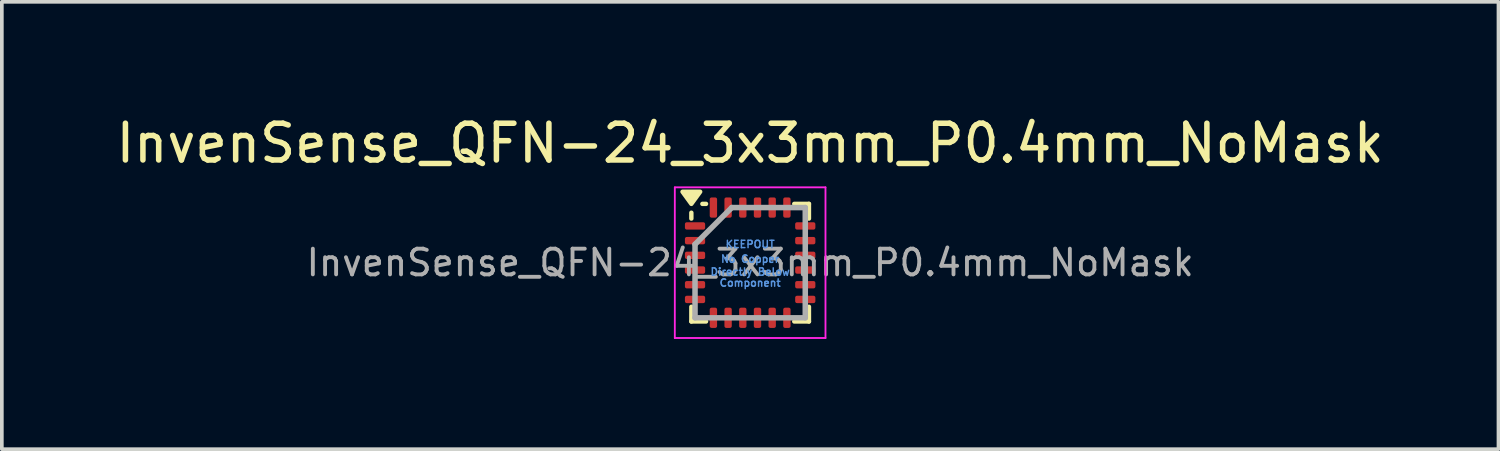
<source format=kicad_pcb>
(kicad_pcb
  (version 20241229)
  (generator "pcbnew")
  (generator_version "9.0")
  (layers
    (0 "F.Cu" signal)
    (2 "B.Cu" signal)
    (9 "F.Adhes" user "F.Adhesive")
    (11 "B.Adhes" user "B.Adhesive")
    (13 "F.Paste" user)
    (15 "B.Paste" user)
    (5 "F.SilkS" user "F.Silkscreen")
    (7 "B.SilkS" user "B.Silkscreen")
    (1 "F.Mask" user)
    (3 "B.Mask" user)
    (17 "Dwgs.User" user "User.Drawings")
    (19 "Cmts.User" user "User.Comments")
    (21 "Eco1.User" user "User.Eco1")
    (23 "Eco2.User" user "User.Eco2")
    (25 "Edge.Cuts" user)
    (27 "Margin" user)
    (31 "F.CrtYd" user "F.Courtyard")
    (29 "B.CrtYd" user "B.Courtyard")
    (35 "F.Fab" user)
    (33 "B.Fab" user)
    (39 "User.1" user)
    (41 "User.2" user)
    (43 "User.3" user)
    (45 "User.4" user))
  (footprint "InvenSense_QFN-24_3x3mm_P0.4mm_NoMask"
    (layer "F.Cu")
    (at 17.363 4.098)
    (property "Reference" "InvenSense_QFN-24_3x3mm_P0.4mm_NoMask" (at 0 -3.25 0) (layer "F.SilkS") (effects (font (size 1 1) (thickness 0.15))))
    (attr smd)
    (fp_line (start -1.6 -1.2) (end -1.6 -1.36) (stroke (width 0.12) (type solid)) (layer "F.SilkS"))
    (fp_line (start -1.6 1.6) (end -1.6 1.2) (stroke (width 0.12) (type solid)) (layer "F.SilkS"))
    (fp_line (start -1.6 1.6) (end -1.2 1.6) (stroke (width 0.12) (type solid)) (layer "F.SilkS"))
    (fp_line (start -1.2 -1.6) (end -1.3 -1.6) (stroke (width 0.12) (type solid)) (layer "F.SilkS"))
    (fp_line (start 1.6 -1.6) (end 1.2 -1.6) (stroke (width 0.12) (type solid)) (layer "F.SilkS"))
    (fp_line (start 1.6 -1.6) (end 1.6 -1.2) (stroke (width 0.12) (type solid)) (layer "F.SilkS"))
    (fp_line (start 1.6 1.6) (end 1.2 1.6) (stroke (width 0.12) (type solid)) (layer "F.SilkS"))
    (fp_line (start 1.6 1.6) (end 1.6 1.2) (stroke (width 0.12) (type solid)) (layer "F.SilkS"))
    (fp_poly (pts (xy -1.6 -1.6) (xy -1.84 -1.93) (xy -1.36 -1.93) (xy -1.6 -1.6)) (stroke (width 0.12) (type solid)) (fill yes) (layer "F.SilkS"))
    (fp_line (start -2.05 -2.05) (end 2.05 -2.05) (stroke (width 0.05) (type solid)) (layer "F.CrtYd"))
    (fp_line (start -2.05 2.05) (end -2.05 -2.05) (stroke (width 0.05) (type solid)) (layer "F.CrtYd"))
    (fp_line (start 2.05 -2.05) (end 2.05 2.05) (stroke (width 0.05) (type solid)) (layer "F.CrtYd"))
    (fp_line (start 2.05 2.05) (end -2.05 2.05) (stroke (width 0.05) (type solid)) (layer "F.CrtYd"))
    (fp_line (start -1.5 -0.5) (end -0.5 -1.5) (stroke (width 0.15) (type solid)) (layer "F.Fab"))
    (fp_line (start -1.5 1.5) (end -1.5 -0.5) (stroke (width 0.15) (type solid)) (layer "F.Fab"))
    (fp_line (start -0.5 -1.5) (end 1.5 -1.5) (stroke (width 0.15) (type solid)) (layer "F.Fab"))
    (fp_line (start 1.5 -1.5) (end 1.5 1.5) (stroke (width 0.15) (type solid)) (layer "F.Fab"))
    (fp_line (start 1.5 1.5) (end -1.5 1.5) (stroke (width 0.15) (type solid)) (layer "F.Fab"))
    (fp_text user "Directly Below" (at 0 0.25 0) (layer "Cmts.User") (effects (font (size 0.2 0.2) (thickness 0.04))))
    (fp_text user "Component" (at 0 0.55 0) (layer "Cmts.User") (effects (font (size 0.2 0.2) (thickness 0.04))))
    (fp_text user "No Copper" (at 0 -0.1 0) (layer "Cmts.User") (effects (font (size 0.2 0.2) (thickness 0.04))))
    (fp_text user "KEEPOUT" (at 0 -0.5 0) (layer "Cmts.User") (effects (font (size 0.2 0.2) (thickness 0.04))))
    (fp_text user "${REFERENCE}" (at 0 0 0) (layer "F.Fab") (effects (font (size 0.7 0.7) (thickness 0.105))))
    (pad "" smd roundrect (at 0 0) (size 1.75 1.59) (layers "F.Mask") (roundrect_rratio 0.15))
    (pad "1" smd roundrect (at -1.5 -1) (size 0.55 0.2) (layers "F.Cu" "F.Mask" "F.Paste") (roundrect_rratio 0.25))
    (pad "2" smd roundrect (at -1.5 -0.6) (size 0.55 0.2) (layers "F.Cu" "F.Mask" "F.Paste") (roundrect_rratio 0.25))
    (pad "3" smd roundrect (at -1.5 -0.2) (size 0.55 0.2) (layers "F.Cu" "F.Mask" "F.Paste") (roundrect_rratio 0.25))
    (pad "4" smd roundrect (at -1.5 0.2) (size 0.55 0.2) (layers "F.Cu" "F.Mask" "F.Paste") (roundrect_rratio 0.25))
    (pad "5" smd roundrect (at -1.5 0.6) (size 0.55 0.2) (layers "F.Cu" "F.Mask" "F.Paste") (roundrect_rratio 0.25))
    (pad "6" smd roundrect (at -1.5 1) (size 0.55 0.2) (layers "F.Cu" "F.Mask" "F.Paste") (roundrect_rratio 0.25))
    (pad "7" smd roundrect (at -1 1.5 90) (size 0.55 0.2) (layers "F.Cu" "F.Mask" "F.Paste") (roundrect_rratio 0.25))
    (pad "8" smd roundrect (at -0.6 1.5 90) (size 0.55 0.2) (layers "F.Cu" "F.Mask" "F.Paste") (roundrect_rratio 0.25))
    (pad "9" smd roundrect (at -0.2 1.5 90) (size 0.55 0.2) (layers "F.Cu" "F.Mask" "F.Paste") (roundrect_rratio 0.25))
    (pad "10" smd roundrect (at 0.2 1.5 90) (size 0.55 0.2) (layers "F.Cu" "F.Mask" "F.Paste") (roundrect_rratio 0.25))
    (pad "11" smd roundrect (at 0.6 1.5 90) (size 0.55 0.2) (layers "F.Cu" "F.Mask" "F.Paste") (roundrect_rratio 0.25))
    (pad "12" smd roundrect (at 1 1.5 90) (size 0.55 0.2) (layers "F.Cu" "F.Mask" "F.Paste") (roundrect_rratio 0.25))
    (pad "13" smd roundrect (at 1.5 1) (size 0.55 0.2) (layers "F.Cu" "F.Mask" "F.Paste") (roundrect_rratio 0.25))
    (pad "14" smd roundrect (at 1.5 0.6) (size 0.55 0.2) (layers "F.Cu" "F.Mask" "F.Paste") (roundrect_rratio 0.25))
    (pad "15" smd roundrect (at 1.5 0.2) (size 0.55 0.2) (layers "F.Cu" "F.Mask" "F.Paste") (roundrect_rratio 0.25))
    (pad "16" smd roundrect (at 1.5 -0.2) (size 0.55 0.2) (layers "F.Cu" "F.Mask" "F.Paste") (roundrect_rratio 0.25))
    (pad "17" smd roundrect (at 1.5 -0.6) (size 0.55 0.2) (layers "F.Cu" "F.Mask" "F.Paste") (roundrect_rratio 0.25))
    (pad "18" smd roundrect (at 1.5 -1) (size 0.55 0.2) (layers "F.Cu" "F.Mask" "F.Paste") (roundrect_rratio 0.25))
    (pad "19" smd roundrect (at 1 -1.5 90) (size 0.55 0.2) (layers "F.Cu" "F.Mask" "F.Paste") (roundrect_rratio 0.25))
    (pad "20" smd roundrect (at 0.6 -1.5 90) (size 0.55 0.2) (layers "F.Cu" "F.Mask" "F.Paste") (roundrect_rratio 0.25))
    (pad "21" smd roundrect (at 0.2 -1.5 90) (size 0.55 0.2) (layers "F.Cu" "F.Mask" "F.Paste") (roundrect_rratio 0.25))
    (pad "22" smd roundrect (at -0.2 -1.5 90) (size 0.55 0.2) (layers "F.Cu" "F.Mask" "F.Paste") (roundrect_rratio 0.25))
    (pad "23" smd roundrect (at -0.6 -1.5 90) (size 0.55 0.2) (layers "F.Cu" "F.Mask" "F.Paste") (roundrect_rratio 0.25))
    (pad "24" smd roundrect (at -1 -1.5 90) (size 0.55 0.2) (layers "F.Cu" "F.Mask" "F.Paste") (roundrect_rratio 0.25))
    (zone (net_name "") (layer "F.Cu") (hatch full 0.508) (connect_pads) (min_thickness 0.254) (filled_areas_thickness no) (keepout (tracks not_allowed) (vias not_allowed) (pads not_allowed) (copperpour not_allowed) (footprints allowed)) (placement (enabled no)) (fill) (polygon (pts (xy 16.488 3.303) (xy 18.238 3.303) (xy 18.238 4.893) (xy 16.488 4.893)))))
  (gr_rect
    (start -3 -3)
    (end 37.726 9.173)
    (stroke (width 0.1) (type default))
    (fill no)
    (layer "Edge.Cuts")))
</source>
